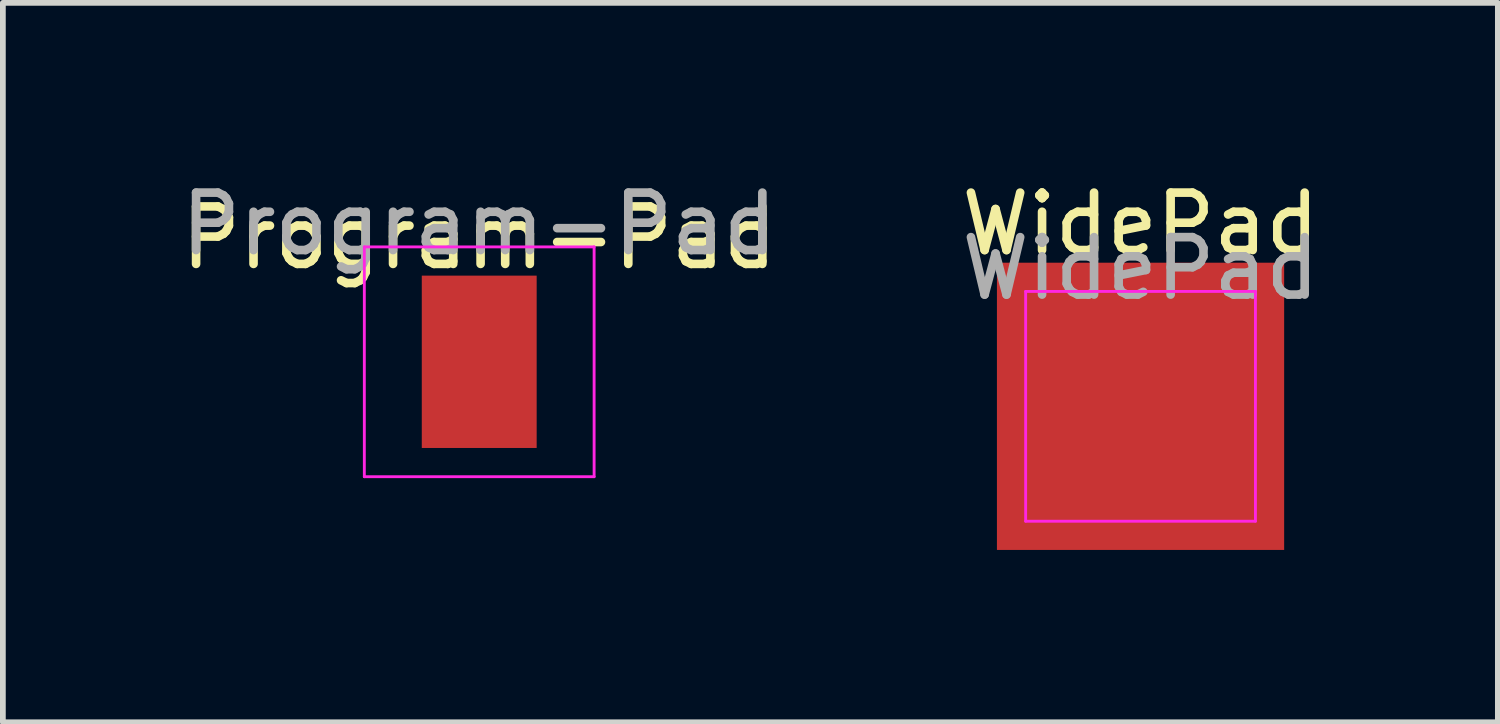
<source format=kicad_pcb>
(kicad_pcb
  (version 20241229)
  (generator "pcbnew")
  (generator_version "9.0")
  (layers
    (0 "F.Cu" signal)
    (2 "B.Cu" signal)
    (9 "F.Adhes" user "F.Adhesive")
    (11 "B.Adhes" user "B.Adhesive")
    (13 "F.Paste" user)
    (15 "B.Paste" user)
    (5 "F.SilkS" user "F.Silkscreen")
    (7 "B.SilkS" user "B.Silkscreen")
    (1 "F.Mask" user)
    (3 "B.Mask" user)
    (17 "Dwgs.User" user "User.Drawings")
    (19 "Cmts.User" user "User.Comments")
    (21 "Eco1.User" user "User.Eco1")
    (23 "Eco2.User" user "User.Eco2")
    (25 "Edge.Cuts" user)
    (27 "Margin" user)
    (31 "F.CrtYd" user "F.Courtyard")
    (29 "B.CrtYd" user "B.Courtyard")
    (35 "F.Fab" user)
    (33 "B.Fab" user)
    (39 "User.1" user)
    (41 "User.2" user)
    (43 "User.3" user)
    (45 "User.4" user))
  (footprint "Program-Pad"
    (layer "F.Cu")
    (at 5.292 3.248)
    (property "Reference" "Program-Pad" (at 0 -2.159 0) (layer "F.SilkS") (effects (font (size 1 1) (thickness 0.15))))
    (attr exclude_from_pos_files exclude_from_bom)
    (fp_line (start -2 -2) (end -2 2) (stroke (width 0.05) (type solid)) (layer "F.CrtYd"))
    (fp_line (start -2 -2) (end 2 -2) (stroke (width 0.05) (type solid)) (layer "F.CrtYd"))
    (fp_line (start 2 2) (end -2 2) (stroke (width 0.05) (type solid)) (layer "F.CrtYd"))
    (fp_line (start 2 2) (end 2 -2) (stroke (width 0.05) (type solid)) (layer "F.CrtYd"))
    (fp_text user "${REFERENCE}" (at 0 -2.4 0) (layer "F.Fab") (effects (font (size 1 1) (thickness 0.15))))
    (pad "1" smd rect (at 0 0) (size 2 3) (layers "F.Cu" "F.Mask")))
  (footprint "WidePad"
    (layer "F.Cu")
    (at 16.804 4.023)
    (property "Reference" "WidePad" (at 0 -3.175 0) (layer "F.SilkS") (effects (font (size 1 1) (thickness 0.15))))
    (attr exclude_from_pos_files exclude_from_bom)
    (fp_line (start -2 -2) (end -2 2) (stroke (width 0.05) (type solid)) (layer "F.CrtYd"))
    (fp_line (start -2 -2) (end 2 -2) (stroke (width 0.05) (type solid)) (layer "F.CrtYd"))
    (fp_line (start 2 2) (end -2 2) (stroke (width 0.05) (type solid)) (layer "F.CrtYd"))
    (fp_line (start 2 2) (end 2 -2) (stroke (width 0.05) (type solid)) (layer "F.CrtYd"))
    (fp_text user "${REFERENCE}" (at 0 -2.4 0) (layer "F.Fab") (effects (font (size 1 1) (thickness 0.15))))
    (pad "1" smd rect (at 0 0) (size 5 5) (layers "F.Cu" "F.Mask")))
  (gr_rect
    (start -3 -3)
    (end 23.024 9.523)
    (stroke (width 0.1) (type default))
    (fill no)
    (layer "Edge.Cuts")))
</source>
